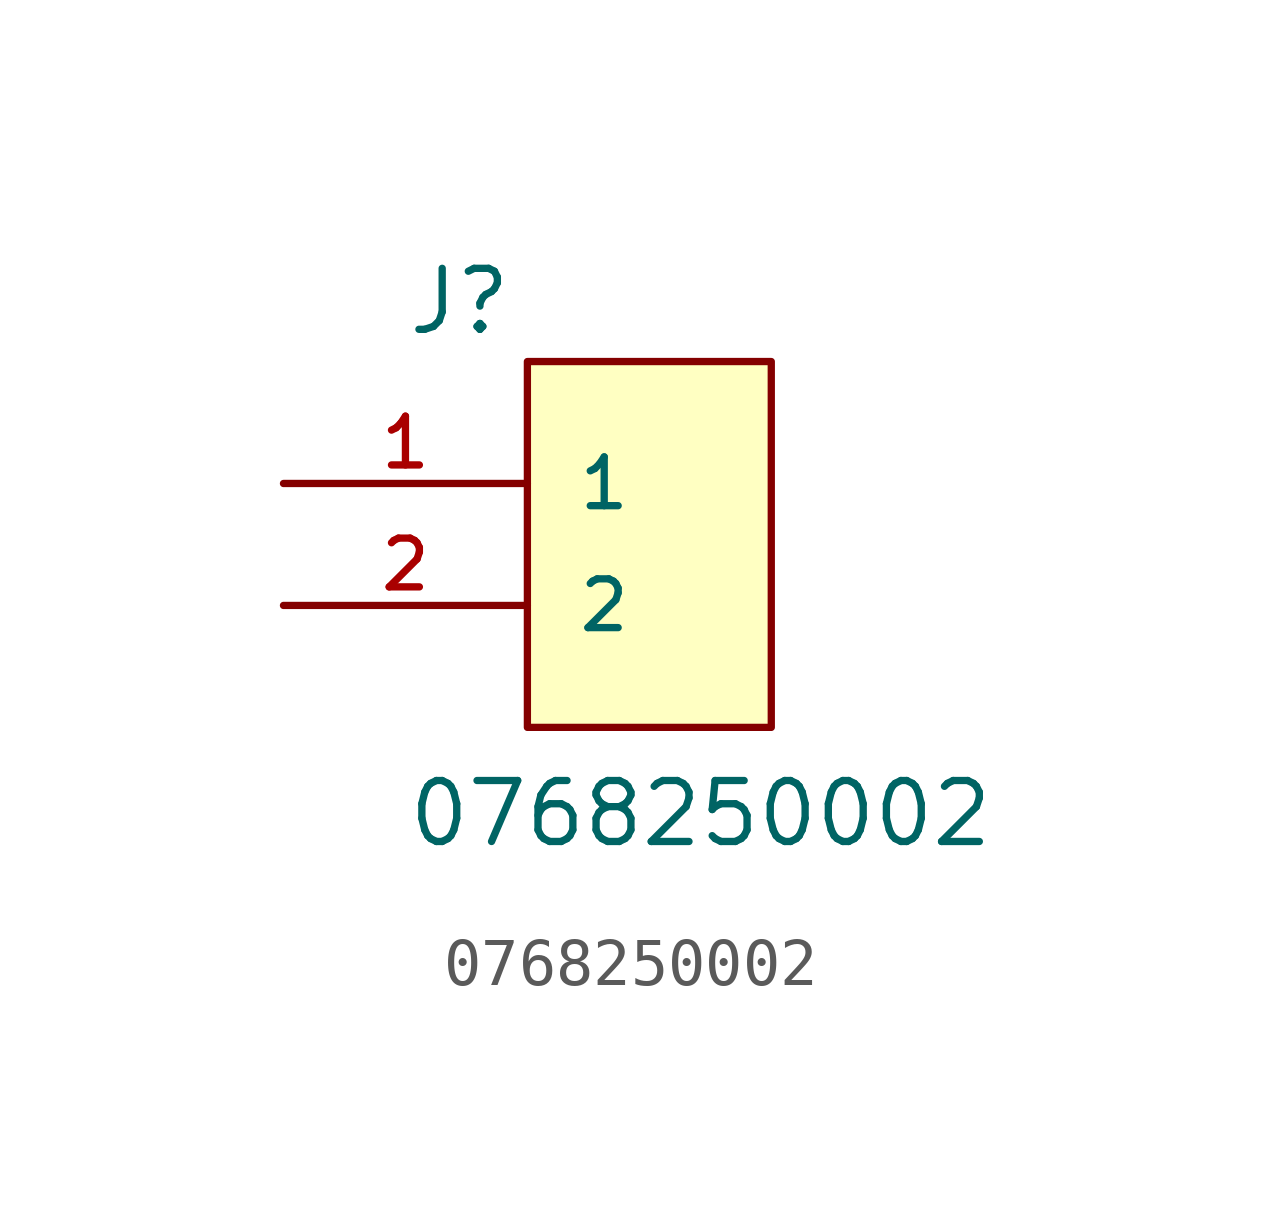
<source format=kicad_sym>
(kicad_symbol_lib
  (version 20211014)
  (generator kicad_symbol_editor)
  (symbol "0768250002"
    (pin_names
      (offset 1.016))
    (property "Reference" "J"
      (at -5.08 5.588 0)
      (effects (font (size 1.27 1.27)) (justify bottom left)))
    (property "Value" "0768250002"
      (at -5.08 -5.08 0)
      (effects (font (size 1.27 1.27)) (justify bottom left)))
    (symbol "0768250002_0_0"
      (rectangle (start -2.54 -2.54) (end 2.54 5.08) (stroke (width 0.152)) (fill (type background)))
      (pin passive line (at -7.62 2.54 0) (length 5.08) (name "1" (effects (font (size 1.016 1.016)))) (number "1" (effects (font (size 1.016 1.016)))))
      (pin passive line (at -7.62 0.0 0) (length 5.08) (name "2" (effects (font (size 1.016 1.016)))) (number "2" (effects (font (size 1.016 1.016))))))))
</source>
